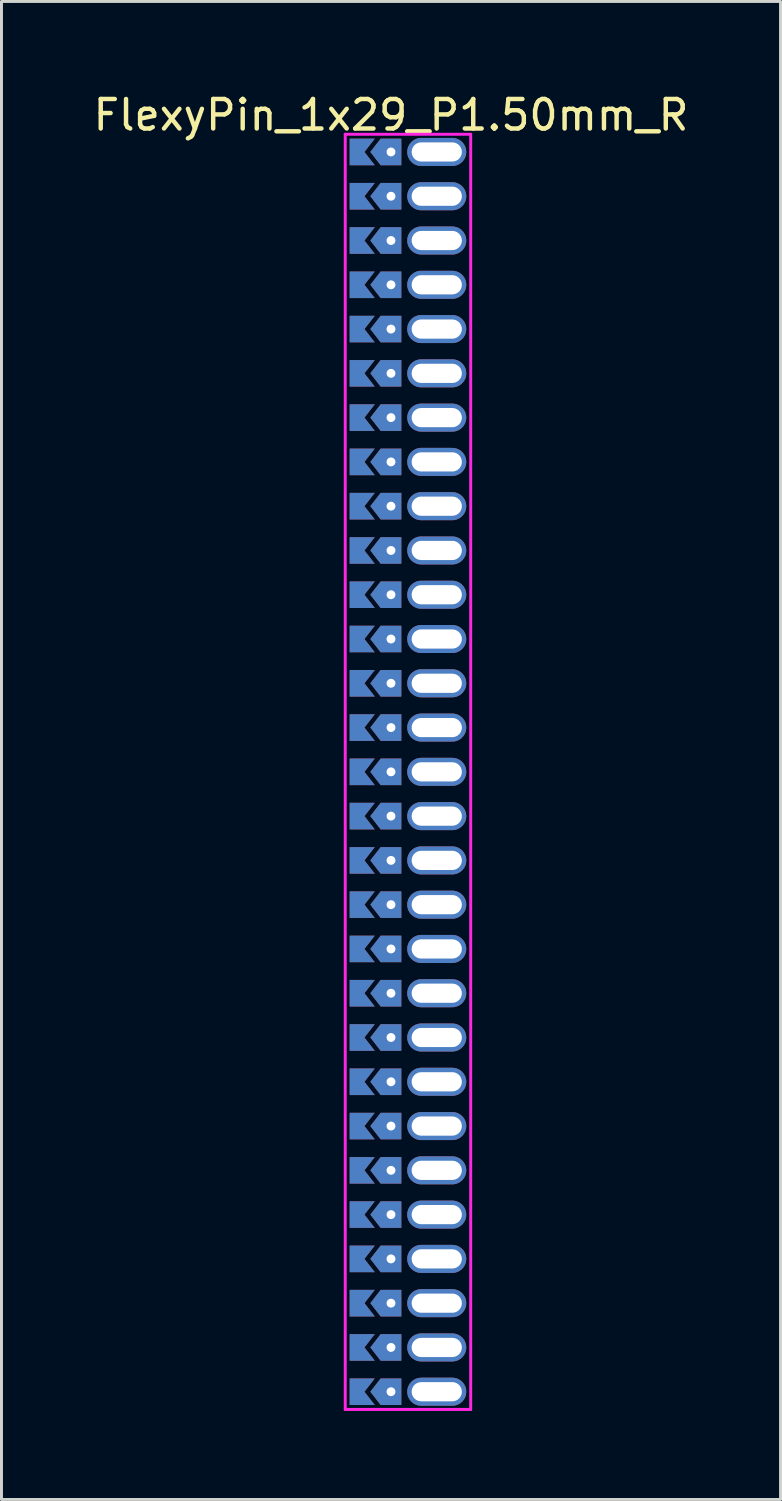
<source format=kicad_pcb>
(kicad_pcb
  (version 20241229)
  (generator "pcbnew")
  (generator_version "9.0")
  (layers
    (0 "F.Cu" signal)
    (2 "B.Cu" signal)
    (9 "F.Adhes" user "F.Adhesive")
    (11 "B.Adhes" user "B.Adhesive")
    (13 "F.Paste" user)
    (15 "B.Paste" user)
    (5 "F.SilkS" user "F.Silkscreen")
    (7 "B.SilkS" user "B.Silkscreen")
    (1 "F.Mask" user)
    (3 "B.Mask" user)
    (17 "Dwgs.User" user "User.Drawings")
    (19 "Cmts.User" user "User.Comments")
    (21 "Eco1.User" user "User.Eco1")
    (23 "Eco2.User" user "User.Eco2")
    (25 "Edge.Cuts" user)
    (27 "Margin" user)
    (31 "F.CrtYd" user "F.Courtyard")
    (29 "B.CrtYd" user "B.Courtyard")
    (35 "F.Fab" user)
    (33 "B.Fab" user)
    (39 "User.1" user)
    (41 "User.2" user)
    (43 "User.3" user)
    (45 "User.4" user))
  (footprint "FlexyPin_1x29_P1.50mm_R"
    (layer "F.Cu")
    (at 10.196 2.098)
    (property "Reference" "FlexyPin_1x29_P1.50mm_R" (at 0 -1.25 0) (layer "F.SilkS") (effects (font (size 1 1) (thickness 0.15))))
    (attr through_hole)
    (fp_line (start -1.55 -0.6) (end 2.7 -0.6) (stroke (width 0.1) (type solid)) (layer "F.CrtYd"))
    (fp_line (start -1.55 42.6) (end -1.55 -0.6) (stroke (width 0.1) (type solid)) (layer "F.CrtYd"))
    (fp_line (start 2.7 -0.6) (end 2.7 42.6) (stroke (width 0.1) (type solid)) (layer "F.CrtYd"))
    (fp_line (start 2.7 42.6) (end -1.55 42.6) (stroke (width 0.1) (type solid)) (layer "F.CrtYd"))
    (pad "" thru_hole custom (at 0 0) (size 0.3 0.3) (drill 0.6) (layers "*.Cu" "*.Mask") (options (anchor rect)) (primitives (gr_poly (pts (xy 0.35 0.45) (xy 0.35 -0.45) (xy -0.35 -0.45) (xy -0.7 0) (xy -0.35 0.45)) (width 0) (fill yes))))
    (pad "" thru_hole custom (at 0 1.5) (size 0.3 0.3) (drill 0.6) (layers "*.Cu" "*.Mask") (options (anchor rect)) (primitives (gr_poly (pts (xy 0.35 0.45) (xy 0.35 -0.45) (xy -0.35 -0.45) (xy -0.7 0) (xy -0.35 0.45)) (width 0) (fill yes))))
    (pad "" thru_hole custom (at 0 3) (size 0.3 0.3) (drill 0.6) (layers "*.Cu" "*.Mask") (options (anchor rect)) (primitives (gr_poly (pts (xy 0.35 0.45) (xy 0.35 -0.45) (xy -0.35 -0.45) (xy -0.7 0) (xy -0.35 0.45)) (width 0) (fill yes))))
    (pad "" thru_hole custom (at 0 4.5) (size 0.3 0.3) (drill 0.6) (layers "*.Cu" "*.Mask") (options (anchor rect)) (primitives (gr_poly (pts (xy 0.35 0.45) (xy 0.35 -0.45) (xy -0.35 -0.45) (xy -0.7 0) (xy -0.35 0.45)) (width 0) (fill yes))))
    (pad "" thru_hole custom (at 0 6) (size 0.3 0.3) (drill 0.6) (layers "*.Cu" "*.Mask") (options (anchor rect)) (primitives (gr_poly (pts (xy 0.35 0.45) (xy 0.35 -0.45) (xy -0.35 -0.45) (xy -0.7 0) (xy -0.35 0.45)) (width 0) (fill yes))))
    (pad "" thru_hole custom (at 0 7.5) (size 0.3 0.3) (drill 0.6) (layers "*.Cu" "*.Mask") (options (anchor rect)) (primitives (gr_poly (pts (xy 0.35 0.45) (xy 0.35 -0.45) (xy -0.35 -0.45) (xy -0.7 0) (xy -0.35 0.45)) (width 0) (fill yes))))
    (pad "" thru_hole custom (at 0 9) (size 0.3 0.3) (drill 0.6) (layers "*.Cu" "*.Mask") (options (anchor rect)) (primitives (gr_poly (pts (xy 0.35 0.45) (xy 0.35 -0.45) (xy -0.35 -0.45) (xy -0.7 0) (xy -0.35 0.45)) (width 0) (fill yes))))
    (pad "" thru_hole custom (at 0 10.5) (size 0.3 0.3) (drill 0.6) (layers "*.Cu" "*.Mask") (options (anchor rect)) (primitives (gr_poly (pts (xy 0.35 0.45) (xy 0.35 -0.45) (xy -0.35 -0.45) (xy -0.7 0) (xy -0.35 0.45)) (width 0) (fill yes))))
    (pad "" thru_hole custom (at 0 12) (size 0.3 0.3) (drill 0.6) (layers "*.Cu" "*.Mask") (options (anchor rect)) (primitives (gr_poly (pts (xy 0.35 0.45) (xy 0.35 -0.45) (xy -0.35 -0.45) (xy -0.7 0) (xy -0.35 0.45)) (width 0) (fill yes))))
    (pad "" thru_hole custom (at 0 13.5) (size 0.3 0.3) (drill 0.6) (layers "*.Cu" "*.Mask") (options (anchor rect)) (primitives (gr_poly (pts (xy 0.35 0.45) (xy 0.35 -0.45) (xy -0.35 -0.45) (xy -0.7 0) (xy -0.35 0.45)) (width 0) (fill yes))))
    (pad "" thru_hole custom (at 0 15) (size 0.3 0.3) (drill 0.6) (layers "*.Cu" "*.Mask") (options (anchor rect)) (primitives (gr_poly (pts (xy 0.35 0.45) (xy 0.35 -0.45) (xy -0.35 -0.45) (xy -0.7 0) (xy -0.35 0.45)) (width 0) (fill yes))))
    (pad "" thru_hole custom (at 0 16.5) (size 0.3 0.3) (drill 0.6) (layers "*.Cu" "*.Mask") (options (anchor rect)) (primitives (gr_poly (pts (xy 0.35 0.45) (xy 0.35 -0.45) (xy -0.35 -0.45) (xy -0.7 0) (xy -0.35 0.45)) (width 0) (fill yes))))
    (pad "" thru_hole custom (at 0 18) (size 0.3 0.3) (drill 0.6) (layers "*.Cu" "*.Mask") (options (anchor rect)) (primitives (gr_poly (pts (xy 0.35 0.45) (xy 0.35 -0.45) (xy -0.35 -0.45) (xy -0.7 0) (xy -0.35 0.45)) (width 0) (fill yes))))
    (pad "" thru_hole custom (at 0 19.5) (size 0.3 0.3) (drill 0.6) (layers "*.Cu" "*.Mask") (options (anchor rect)) (primitives (gr_poly (pts (xy 0.35 0.45) (xy 0.35 -0.45) (xy -0.35 -0.45) (xy -0.7 0) (xy -0.35 0.45)) (width 0) (fill yes))))
    (pad "" thru_hole custom (at 0 21) (size 0.3 0.3) (drill 0.6) (layers "*.Cu" "*.Mask") (options (anchor rect)) (primitives (gr_poly (pts (xy 0.35 0.45) (xy 0.35 -0.45) (xy -0.35 -0.45) (xy -0.7 0) (xy -0.35 0.45)) (width 0) (fill yes))))
    (pad "" thru_hole custom (at 0 22.5) (size 0.3 0.3) (drill 0.6) (layers "*.Cu" "*.Mask") (options (anchor rect)) (primitives (gr_poly (pts (xy 0.35 0.45) (xy 0.35 -0.45) (xy -0.35 -0.45) (xy -0.7 0) (xy -0.35 0.45)) (width 0) (fill yes))))
    (pad "" thru_hole custom (at 0 24) (size 0.3 0.3) (drill 0.6) (layers "*.Cu" "*.Mask") (options (anchor rect)) (primitives (gr_poly (pts (xy 0.35 0.45) (xy 0.35 -0.45) (xy -0.35 -0.45) (xy -0.7 0) (xy -0.35 0.45)) (width 0) (fill yes))))
    (pad "" thru_hole custom (at 0 25.5) (size 0.3 0.3) (drill 0.6) (layers "*.Cu" "*.Mask") (options (anchor rect)) (primitives (gr_poly (pts (xy 0.35 0.45) (xy 0.35 -0.45) (xy -0.35 -0.45) (xy -0.7 0) (xy -0.35 0.45)) (width 0) (fill yes))))
    (pad "" thru_hole custom (at 0 27) (size 0.3 0.3) (drill 0.6) (layers "*.Cu" "*.Mask") (options (anchor rect)) (primitives (gr_poly (pts (xy 0.35 0.45) (xy 0.35 -0.45) (xy -0.35 -0.45) (xy -0.7 0) (xy -0.35 0.45)) (width 0) (fill yes))))
    (pad "" thru_hole custom (at 0 28.5) (size 0.3 0.3) (drill 0.6) (layers "*.Cu" "*.Mask") (options (anchor rect)) (primitives (gr_poly (pts (xy 0.35 0.45) (xy 0.35 -0.45) (xy -0.35 -0.45) (xy -0.7 0) (xy -0.35 0.45)) (width 0) (fill yes))))
    (pad "" thru_hole custom (at 0 30) (size 0.3 0.3) (drill 0.6) (layers "*.Cu" "*.Mask") (options (anchor rect)) (primitives (gr_poly (pts (xy 0.35 0.45) (xy 0.35 -0.45) (xy -0.35 -0.45) (xy -0.7 0) (xy -0.35 0.45)) (width 0) (fill yes))))
    (pad "" thru_hole custom (at 0 31.5) (size 0.3 0.3) (drill 0.6) (layers "*.Cu" "*.Mask") (options (anchor rect)) (primitives (gr_poly (pts (xy 0.35 0.45) (xy 0.35 -0.45) (xy -0.35 -0.45) (xy -0.7 0) (xy -0.35 0.45)) (width 0) (fill yes))))
    (pad "" thru_hole custom (at 0 33) (size 0.3 0.3) (drill 0.6) (layers "*.Cu" "*.Mask") (options (anchor rect)) (primitives (gr_poly (pts (xy 0.35 0.45) (xy 0.35 -0.45) (xy -0.35 -0.45) (xy -0.7 0) (xy -0.35 0.45)) (width 0) (fill yes))))
    (pad "" thru_hole custom (at 0 34.5) (size 0.3 0.3) (drill 0.6) (layers "*.Cu" "*.Mask") (options (anchor rect)) (primitives (gr_poly (pts (xy 0.35 0.45) (xy 0.35 -0.45) (xy -0.35 -0.45) (xy -0.7 0) (xy -0.35 0.45)) (width 0) (fill yes))))
    (pad "" thru_hole custom (at 0 36) (size 0.3 0.3) (drill 0.6) (layers "*.Cu" "*.Mask") (options (anchor rect)) (primitives (gr_poly (pts (xy 0.35 0.45) (xy 0.35 -0.45) (xy -0.35 -0.45) (xy -0.7 0) (xy -0.35 0.45)) (width 0) (fill yes))))
    (pad "" thru_hole custom (at 0 37.5) (size 0.3 0.3) (drill 0.6) (layers "*.Cu" "*.Mask") (options (anchor rect)) (primitives (gr_poly (pts (xy 0.35 0.45) (xy 0.35 -0.45) (xy -0.35 -0.45) (xy -0.7 0) (xy -0.35 0.45)) (width 0) (fill yes))))
    (pad "" thru_hole custom (at 0 39) (size 0.3 0.3) (drill 0.6) (layers "*.Cu" "*.Mask") (options (anchor rect)) (primitives (gr_poly (pts (xy 0.35 0.45) (xy 0.35 -0.45) (xy -0.35 -0.45) (xy -0.7 0) (xy -0.35 0.45)) (width 0) (fill yes))))
    (pad "" thru_hole custom (at 0 40.5) (size 0.3 0.3) (drill 0.6) (layers "*.Cu" "*.Mask") (options (anchor rect)) (primitives (gr_poly (pts (xy 0.35 0.45) (xy 0.35 -0.45) (xy -0.35 -0.45) (xy -0.7 0) (xy -0.35 0.45)) (width 0) (fill yes))))
    (pad "" thru_hole custom (at 0 42) (size 0.3 0.3) (drill 0.6) (layers "*.Cu" "*.Mask") (options (anchor rect)) (primitives (gr_poly (pts (xy 0.35 0.45) (xy 0.35 -0.45) (xy -0.35 -0.45) (xy -0.7 0) (xy -0.35 0.45)) (width 0) (fill yes))))
    (pad "" thru_hole oval (at 1.55 0) (size 2 0.95) (drill oval 1.7 0.65) (layers "*.Cu" "*.Mask"))
    (pad "" thru_hole oval (at 1.55 1.5) (size 2 0.95) (drill oval 1.7 0.65) (layers "*.Cu" "*.Mask"))
    (pad "" thru_hole oval (at 1.55 3) (size 2 0.95) (drill oval 1.7 0.65) (layers "*.Cu" "*.Mask"))
    (pad "" thru_hole oval (at 1.55 4.5) (size 2 0.95) (drill oval 1.7 0.65) (layers "*.Cu" "*.Mask"))
    (pad "" thru_hole oval (at 1.55 6) (size 2 0.95) (drill oval 1.7 0.65) (layers "*.Cu" "*.Mask"))
    (pad "" thru_hole oval (at 1.55 7.5) (size 2 0.95) (drill oval 1.7 0.65) (layers "*.Cu" "*.Mask"))
    (pad "" thru_hole oval (at 1.55 9) (size 2 0.95) (drill oval 1.7 0.65) (layers "*.Cu" "*.Mask"))
    (pad "" thru_hole oval (at 1.55 10.5) (size 2 0.95) (drill oval 1.7 0.65) (layers "*.Cu" "*.Mask"))
    (pad "" thru_hole oval (at 1.55 12) (size 2 0.95) (drill oval 1.7 0.65) (layers "*.Cu" "*.Mask"))
    (pad "" thru_hole oval (at 1.55 13.5) (size 2 0.95) (drill oval 1.7 0.65) (layers "*.Cu" "*.Mask"))
    (pad "" thru_hole oval (at 1.55 15) (size 2 0.95) (drill oval 1.7 0.65) (layers "*.Cu" "*.Mask"))
    (pad "" thru_hole oval (at 1.55 16.5) (size 2 0.95) (drill oval 1.7 0.65) (layers "*.Cu" "*.Mask"))
    (pad "" thru_hole oval (at 1.55 18) (size 2 0.95) (drill oval 1.7 0.65) (layers "*.Cu" "*.Mask"))
    (pad "" thru_hole oval (at 1.55 19.5) (size 2 0.95) (drill oval 1.7 0.65) (layers "*.Cu" "*.Mask"))
    (pad "" thru_hole oval (at 1.55 21) (size 2 0.95) (drill oval 1.7 0.65) (layers "*.Cu" "*.Mask"))
    (pad "" thru_hole oval (at 1.55 22.5) (size 2 0.95) (drill oval 1.7 0.65) (layers "*.Cu" "*.Mask"))
    (pad "" thru_hole oval (at 1.55 24) (size 2 0.95) (drill oval 1.7 0.65) (layers "*.Cu" "*.Mask"))
    (pad "" thru_hole oval (at 1.55 25.5) (size 2 0.95) (drill oval 1.7 0.65) (layers "*.Cu" "*.Mask"))
    (pad "" thru_hole oval (at 1.55 27) (size 2 0.95) (drill oval 1.7 0.65) (layers "*.Cu" "*.Mask"))
    (pad "" thru_hole oval (at 1.55 28.5) (size 2 0.95) (drill oval 1.7 0.65) (layers "*.Cu" "*.Mask"))
    (pad "" thru_hole oval (at 1.55 30) (size 2 0.95) (drill oval 1.7 0.65) (layers "*.Cu" "*.Mask"))
    (pad "" thru_hole oval (at 1.55 31.5) (size 2 0.95) (drill oval 1.7 0.65) (layers "*.Cu" "*.Mask"))
    (pad "" thru_hole oval (at 1.55 33) (size 2 0.95) (drill oval 1.7 0.65) (layers "*.Cu" "*.Mask"))
    (pad "" thru_hole oval (at 1.55 34.5) (size 2 0.95) (drill oval 1.7 0.65) (layers "*.Cu" "*.Mask"))
    (pad "" thru_hole oval (at 1.55 36) (size 2 0.95) (drill oval 1.7 0.65) (layers "*.Cu" "*.Mask"))
    (pad "" thru_hole oval (at 1.55 37.5) (size 2 0.95) (drill oval 1.7 0.65) (layers "*.Cu" "*.Mask"))
    (pad "" thru_hole oval (at 1.55 39) (size 2 0.95) (drill oval 1.7 0.65) (layers "*.Cu" "*.Mask"))
    (pad "" thru_hole oval (at 1.55 40.5) (size 2 0.95) (drill oval 1.7 0.65) (layers "*.Cu" "*.Mask"))
    (pad "" thru_hole oval (at 1.55 42) (size 2 0.95) (drill oval 1.7 0.65) (layers "*.Cu" "*.Mask"))
    (pad "1" smd custom (at -0.9 0) (size 0.01 0.01) (layers "F.Cu" "F.Mask") (options (anchor rect)) (primitives (gr_poly (pts (xy 0 0) (xy 0.35 0.45) (xy -0.5 0.45) (xy -0.5 -0.45) (xy 0.35 -0.45)) (width 0) (fill yes))))
    (pad "1" smd custom (at -0.9 1.5) (size 0.01 0.01) (layers "F.Cu" "F.Mask") (options (anchor rect)) (primitives (gr_poly (pts (xy 0 0) (xy 0.35 0.45) (xy -0.5 0.45) (xy -0.5 -0.45) (xy 0.35 -0.45)) (width 0) (fill yes))))
    (pad "1" smd custom (at -0.9 3) (size 0.01 0.01) (layers "F.Cu" "F.Mask") (options (anchor rect)) (primitives (gr_poly (pts (xy 0 0) (xy 0.35 0.45) (xy -0.5 0.45) (xy -0.5 -0.45) (xy 0.35 -0.45)) (width 0) (fill yes))))
    (pad "1" smd custom (at -0.9 4.5) (size 0.01 0.01) (layers "F.Cu" "F.Mask") (options (anchor rect)) (primitives (gr_poly (pts (xy 0 0) (xy 0.35 0.45) (xy -0.5 0.45) (xy -0.5 -0.45) (xy 0.35 -0.45)) (width 0) (fill yes))))
    (pad "1" smd custom (at -0.9 6) (size 0.01 0.01) (layers "F.Cu" "F.Mask") (options (anchor rect)) (primitives (gr_poly (pts (xy 0 0) (xy 0.35 0.45) (xy -0.5 0.45) (xy -0.5 -0.45) (xy 0.35 -0.45)) (width 0) (fill yes))))
    (pad "1" smd custom (at -0.9 7.5) (size 0.01 0.01) (layers "F.Cu" "F.Mask") (options (anchor rect)) (primitives (gr_poly (pts (xy 0 0) (xy 0.35 0.45) (xy -0.5 0.45) (xy -0.5 -0.45) (xy 0.35 -0.45)) (width 0) (fill yes))))
    (pad "1" smd custom (at -0.9 9) (size 0.01 0.01) (layers "F.Cu" "F.Mask") (options (anchor rect)) (primitives (gr_poly (pts (xy 0 0) (xy 0.35 0.45) (xy -0.5 0.45) (xy -0.5 -0.45) (xy 0.35 -0.45)) (width 0) (fill yes))))
    (pad "1" smd custom (at -0.9 10.5) (size 0.01 0.01) (layers "F.Cu" "F.Mask") (options (anchor rect)) (primitives (gr_poly (pts (xy 0 0) (xy 0.35 0.45) (xy -0.5 0.45) (xy -0.5 -0.45) (xy 0.35 -0.45)) (width 0) (fill yes))))
    (pad "1" smd custom (at -0.9 12) (size 0.01 0.01) (layers "F.Cu" "F.Mask") (options (anchor rect)) (primitives (gr_poly (pts (xy 0 0) (xy 0.35 0.45) (xy -0.5 0.45) (xy -0.5 -0.45) (xy 0.35 -0.45)) (width 0) (fill yes))))
    (pad "1" smd custom (at -0.9 13.5) (size 0.01 0.01) (layers "F.Cu" "F.Mask") (options (anchor rect)) (primitives (gr_poly (pts (xy 0 0) (xy 0.35 0.45) (xy -0.5 0.45) (xy -0.5 -0.45) (xy 0.35 -0.45)) (width 0) (fill yes))))
    (pad "1" smd custom (at -0.9 15) (size 0.01 0.01) (layers "F.Cu" "F.Mask") (options (anchor rect)) (primitives (gr_poly (pts (xy 0 0) (xy 0.35 0.45) (xy -0.5 0.45) (xy -0.5 -0.45) (xy 0.35 -0.45)) (width 0) (fill yes))))
    (pad "1" smd custom (at -0.9 16.5) (size 0.01 0.01) (layers "F.Cu" "F.Mask") (options (anchor rect)) (primitives (gr_poly (pts (xy 0 0) (xy 0.35 0.45) (xy -0.5 0.45) (xy -0.5 -0.45) (xy 0.35 -0.45)) (width 0) (fill yes))))
    (pad "1" smd custom (at -0.9 18) (size 0.01 0.01) (layers "F.Cu" "F.Mask") (options (anchor rect)) (primitives (gr_poly (pts (xy 0 0) (xy 0.35 0.45) (xy -0.5 0.45) (xy -0.5 -0.45) (xy 0.35 -0.45)) (width 0) (fill yes))))
    (pad "1" smd custom (at -0.9 19.5) (size 0.01 0.01) (layers "F.Cu" "F.Mask") (options (anchor rect)) (primitives (gr_poly (pts (xy 0 0) (xy 0.35 0.45) (xy -0.5 0.45) (xy -0.5 -0.45) (xy 0.35 -0.45)) (width 0) (fill yes))))
    (pad "1" smd custom (at -0.9 21) (size 0.01 0.01) (layers "F.Cu" "F.Mask") (options (anchor rect)) (primitives (gr_poly (pts (xy 0 0) (xy 0.35 0.45) (xy -0.5 0.45) (xy -0.5 -0.45) (xy 0.35 -0.45)) (width 0) (fill yes))))
    (pad "1" smd custom (at -0.9 22.5) (size 0.01 0.01) (layers "F.Cu" "F.Mask") (options (anchor rect)) (primitives (gr_poly (pts (xy 0 0) (xy 0.35 0.45) (xy -0.5 0.45) (xy -0.5 -0.45) (xy 0.35 -0.45)) (width 0) (fill yes))))
    (pad "1" smd custom (at -0.9 24) (size 0.01 0.01) (layers "F.Cu" "F.Mask") (options (anchor rect)) (primitives (gr_poly (pts (xy 0 0) (xy 0.35 0.45) (xy -0.5 0.45) (xy -0.5 -0.45) (xy 0.35 -0.45)) (width 0) (fill yes))))
    (pad "1" smd custom (at -0.9 25.5) (size 0.01 0.01) (layers "F.Cu" "F.Mask") (options (anchor rect)) (primitives (gr_poly (pts (xy 0 0) (xy 0.35 0.45) (xy -0.5 0.45) (xy -0.5 -0.45) (xy 0.35 -0.45)) (width 0) (fill yes))))
    (pad "1" smd custom (at -0.9 27) (size 0.01 0.01) (layers "F.Cu" "F.Mask") (options (anchor rect)) (primitives (gr_poly (pts (xy 0 0) (xy 0.35 0.45) (xy -0.5 0.45) (xy -0.5 -0.45) (xy 0.35 -0.45)) (width 0) (fill yes))))
    (pad "1" smd custom (at -0.9 28.5) (size 0.01 0.01) (layers "F.Cu" "F.Mask") (options (anchor rect)) (primitives (gr_poly (pts (xy 0 0) (xy 0.35 0.45) (xy -0.5 0.45) (xy -0.5 -0.45) (xy 0.35 -0.45)) (width 0) (fill yes))))
    (pad "1" smd custom (at -0.9 30) (size 0.01 0.01) (layers "F.Cu" "F.Mask") (options (anchor rect)) (primitives (gr_poly (pts (xy 0 0) (xy 0.35 0.45) (xy -0.5 0.45) (xy -0.5 -0.45) (xy 0.35 -0.45)) (width 0) (fill yes))))
    (pad "1" smd custom (at -0.9 31.5) (size 0.01 0.01) (layers "F.Cu" "F.Mask") (options (anchor rect)) (primitives (gr_poly (pts (xy 0 0) (xy 0.35 0.45) (xy -0.5 0.45) (xy -0.5 -0.45) (xy 0.35 -0.45)) (width 0) (fill yes))))
    (pad "1" smd custom (at -0.9 33) (size 0.01 0.01) (layers "F.Cu" "F.Mask") (options (anchor rect)) (primitives (gr_poly (pts (xy 0 0) (xy 0.35 0.45) (xy -0.5 0.45) (xy -0.5 -0.45) (xy 0.35 -0.45)) (width 0) (fill yes))))
    (pad "1" smd custom (at -0.9 34.5) (size 0.01 0.01) (layers "F.Cu" "F.Mask") (options (anchor rect)) (primitives (gr_poly (pts (xy 0 0) (xy 0.35 0.45) (xy -0.5 0.45) (xy -0.5 -0.45) (xy 0.35 -0.45)) (width 0) (fill yes))))
    (pad "1" smd custom (at -0.9 36) (size 0.01 0.01) (layers "F.Cu" "F.Mask") (options (anchor rect)) (primitives (gr_poly (pts (xy 0 0) (xy 0.35 0.45) (xy -0.5 0.45) (xy -0.5 -0.45) (xy 0.35 -0.45)) (width 0) (fill yes))))
    (pad "1" smd custom (at -0.9 37.5) (size 0.01 0.01) (layers "F.Cu" "F.Mask") (options (anchor rect)) (primitives (gr_poly (pts (xy 0 0) (xy 0.35 0.45) (xy -0.5 0.45) (xy -0.5 -0.45) (xy 0.35 -0.45)) (width 0) (fill yes))))
    (pad "1" smd custom (at -0.9 39) (size 0.01 0.01) (layers "F.Cu" "F.Mask") (options (anchor rect)) (primitives (gr_poly (pts (xy 0 0) (xy 0.35 0.45) (xy -0.5 0.45) (xy -0.5 -0.45) (xy 0.35 -0.45)) (width 0) (fill yes))))
    (pad "1" smd custom (at -0.9 40.5) (size 0.01 0.01) (layers "F.Cu" "F.Mask") (options (anchor rect)) (primitives (gr_poly (pts (xy 0 0) (xy 0.35 0.45) (xy -0.5 0.45) (xy -0.5 -0.45) (xy 0.35 -0.45)) (width 0) (fill yes))))
    (pad "1" smd custom (at -0.9 42) (size 0.01 0.01) (layers "F.Cu" "F.Mask") (options (anchor rect)) (primitives (gr_poly (pts (xy 0 0) (xy 0.35 0.45) (xy -0.5 0.45) (xy -0.5 -0.45) (xy 0.35 -0.45)) (width 0) (fill yes))))
    (pad "2" smd custom (at -0.9 0) (size 0.01 0.01) (layers "B.Cu" "B.Mask") (options (anchor rect)) (primitives (gr_poly (pts (xy 0 0) (xy 0.35 0.45) (xy -0.5 0.45) (xy -0.5 -0.45) (xy 0.35 -0.45)) (width 0) (fill yes))))
    (pad "2" smd custom (at -0.9 1.5) (size 0.01 0.01) (layers "B.Cu" "B.Mask") (options (anchor rect)) (primitives (gr_poly (pts (xy 0 0) (xy 0.35 0.45) (xy -0.5 0.45) (xy -0.5 -0.45) (xy 0.35 -0.45)) (width 0) (fill yes))))
    (pad "2" smd custom (at -0.9 3) (size 0.01 0.01) (layers "B.Cu" "B.Mask") (options (anchor rect)) (primitives (gr_poly (pts (xy 0 0) (xy 0.35 0.45) (xy -0.5 0.45) (xy -0.5 -0.45) (xy 0.35 -0.45)) (width 0) (fill yes))))
    (pad "2" smd custom (at -0.9 4.5) (size 0.01 0.01) (layers "B.Cu" "B.Mask") (options (anchor rect)) (primitives (gr_poly (pts (xy 0 0) (xy 0.35 0.45) (xy -0.5 0.45) (xy -0.5 -0.45) (xy 0.35 -0.45)) (width 0) (fill yes))))
    (pad "2" smd custom (at -0.9 6) (size 0.01 0.01) (layers "B.Cu" "B.Mask") (options (anchor rect)) (primitives (gr_poly (pts (xy 0 0) (xy 0.35 0.45) (xy -0.5 0.45) (xy -0.5 -0.45) (xy 0.35 -0.45)) (width 0) (fill yes))))
    (pad "2" smd custom (at -0.9 7.5) (size 0.01 0.01) (layers "B.Cu" "B.Mask") (options (anchor rect)) (primitives (gr_poly (pts (xy 0 0) (xy 0.35 0.45) (xy -0.5 0.45) (xy -0.5 -0.45) (xy 0.35 -0.45)) (width 0) (fill yes))))
    (pad "2" smd custom (at -0.9 9) (size 0.01 0.01) (layers "B.Cu" "B.Mask") (options (anchor rect)) (primitives (gr_poly (pts (xy 0 0) (xy 0.35 0.45) (xy -0.5 0.45) (xy -0.5 -0.45) (xy 0.35 -0.45)) (width 0) (fill yes))))
    (pad "2" smd custom (at -0.9 10.5) (size 0.01 0.01) (layers "B.Cu" "B.Mask") (options (anchor rect)) (primitives (gr_poly (pts (xy 0 0) (xy 0.35 0.45) (xy -0.5 0.45) (xy -0.5 -0.45) (xy 0.35 -0.45)) (width 0) (fill yes))))
    (pad "2" smd custom (at -0.9 12) (size 0.01 0.01) (layers "B.Cu" "B.Mask") (options (anchor rect)) (primitives (gr_poly (pts (xy 0 0) (xy 0.35 0.45) (xy -0.5 0.45) (xy -0.5 -0.45) (xy 0.35 -0.45)) (width 0) (fill yes))))
    (pad "2" smd custom (at -0.9 13.5) (size 0.01 0.01) (layers "B.Cu" "B.Mask") (options (anchor rect)) (primitives (gr_poly (pts (xy 0 0) (xy 0.35 0.45) (xy -0.5 0.45) (xy -0.5 -0.45) (xy 0.35 -0.45)) (width 0) (fill yes))))
    (pad "2" smd custom (at -0.9 15) (size 0.01 0.01) (layers "B.Cu" "B.Mask") (options (anchor rect)) (primitives (gr_poly (pts (xy 0 0) (xy 0.35 0.45) (xy -0.5 0.45) (xy -0.5 -0.45) (xy 0.35 -0.45)) (width 0) (fill yes))))
    (pad "2" smd custom (at -0.9 16.5) (size 0.01 0.01) (layers "B.Cu" "B.Mask") (options (anchor rect)) (primitives (gr_poly (pts (xy 0 0) (xy 0.35 0.45) (xy -0.5 0.45) (xy -0.5 -0.45) (xy 0.35 -0.45)) (width 0) (fill yes))))
    (pad "2" smd custom (at -0.9 18) (size 0.01 0.01) (layers "B.Cu" "B.Mask") (options (anchor rect)) (primitives (gr_poly (pts (xy 0 0) (xy 0.35 0.45) (xy -0.5 0.45) (xy -0.5 -0.45) (xy 0.35 -0.45)) (width 0) (fill yes))))
    (pad "2" smd custom (at -0.9 19.5) (size 0.01 0.01) (layers "B.Cu" "B.Mask") (options (anchor rect)) (primitives (gr_poly (pts (xy 0 0) (xy 0.35 0.45) (xy -0.5 0.45) (xy -0.5 -0.45) (xy 0.35 -0.45)) (width 0) (fill yes))))
    (pad "2" smd custom (at -0.9 21) (size 0.01 0.01) (layers "B.Cu" "B.Mask") (options (anchor rect)) (primitives (gr_poly (pts (xy 0 0) (xy 0.35 0.45) (xy -0.5 0.45) (xy -0.5 -0.45) (xy 0.35 -0.45)) (width 0) (fill yes))))
    (pad "2" smd custom (at -0.9 22.5) (size 0.01 0.01) (layers "B.Cu" "B.Mask") (options (anchor rect)) (primitives (gr_poly (pts (xy 0 0) (xy 0.35 0.45) (xy -0.5 0.45) (xy -0.5 -0.45) (xy 0.35 -0.45)) (width 0) (fill yes))))
    (pad "2" smd custom (at -0.9 24) (size 0.01 0.01) (layers "B.Cu" "B.Mask") (options (anchor rect)) (primitives (gr_poly (pts (xy 0 0) (xy 0.35 0.45) (xy -0.5 0.45) (xy -0.5 -0.45) (xy 0.35 -0.45)) (width 0) (fill yes))))
    (pad "2" smd custom (at -0.9 25.5) (size 0.01 0.01) (layers "B.Cu" "B.Mask") (options (anchor rect)) (primitives (gr_poly (pts (xy 0 0) (xy 0.35 0.45) (xy -0.5 0.45) (xy -0.5 -0.45) (xy 0.35 -0.45)) (width 0) (fill yes))))
    (pad "2" smd custom (at -0.9 27) (size 0.01 0.01) (layers "B.Cu" "B.Mask") (options (anchor rect)) (primitives (gr_poly (pts (xy 0 0) (xy 0.35 0.45) (xy -0.5 0.45) (xy -0.5 -0.45) (xy 0.35 -0.45)) (width 0) (fill yes))))
    (pad "2" smd custom (at -0.9 28.5) (size 0.01 0.01) (layers "B.Cu" "B.Mask") (options (anchor rect)) (primitives (gr_poly (pts (xy 0 0) (xy 0.35 0.45) (xy -0.5 0.45) (xy -0.5 -0.45) (xy 0.35 -0.45)) (width 0) (fill yes))))
    (pad "2" smd custom (at -0.9 30) (size 0.01 0.01) (layers "B.Cu" "B.Mask") (options (anchor rect)) (primitives (gr_poly (pts (xy 0 0) (xy 0.35 0.45) (xy -0.5 0.45) (xy -0.5 -0.45) (xy 0.35 -0.45)) (width 0) (fill yes))))
    (pad "2" smd custom (at -0.9 31.5) (size 0.01 0.01) (layers "B.Cu" "B.Mask") (options (anchor rect)) (primitives (gr_poly (pts (xy 0 0) (xy 0.35 0.45) (xy -0.5 0.45) (xy -0.5 -0.45) (xy 0.35 -0.45)) (width 0) (fill yes))))
    (pad "2" smd custom (at -0.9 33) (size 0.01 0.01) (layers "B.Cu" "B.Mask") (options (anchor rect)) (primitives (gr_poly (pts (xy 0 0) (xy 0.35 0.45) (xy -0.5 0.45) (xy -0.5 -0.45) (xy 0.35 -0.45)) (width 0) (fill yes))))
    (pad "2" smd custom (at -0.9 34.5) (size 0.01 0.01) (layers "B.Cu" "B.Mask") (options (anchor rect)) (primitives (gr_poly (pts (xy 0 0) (xy 0.35 0.45) (xy -0.5 0.45) (xy -0.5 -0.45) (xy 0.35 -0.45)) (width 0) (fill yes))))
    (pad "2" smd custom (at -0.9 36) (size 0.01 0.01) (layers "B.Cu" "B.Mask") (options (anchor rect)) (primitives (gr_poly (pts (xy 0 0) (xy 0.35 0.45) (xy -0.5 0.45) (xy -0.5 -0.45) (xy 0.35 -0.45)) (width 0) (fill yes))))
    (pad "2" smd custom (at -0.9 37.5) (size 0.01 0.01) (layers "B.Cu" "B.Mask") (options (anchor rect)) (primitives (gr_poly (pts (xy 0 0) (xy 0.35 0.45) (xy -0.5 0.45) (xy -0.5 -0.45) (xy 0.35 -0.45)) (width 0) (fill yes))))
    (pad "2" smd custom (at -0.9 39) (size 0.01 0.01) (layers "B.Cu" "B.Mask") (options (anchor rect)) (primitives (gr_poly (pts (xy 0 0) (xy 0.35 0.45) (xy -0.5 0.45) (xy -0.5 -0.45) (xy 0.35 -0.45)) (width 0) (fill yes))))
    (pad "2" smd custom (at -0.9 40.5) (size 0.01 0.01) (layers "B.Cu" "B.Mask") (options (anchor rect)) (primitives (gr_poly (pts (xy 0 0) (xy 0.35 0.45) (xy -0.5 0.45) (xy -0.5 -0.45) (xy 0.35 -0.45)) (width 0) (fill yes))))
    (pad "2" smd custom (at -0.9 42) (size 0.01 0.01) (layers "B.Cu" "B.Mask") (options (anchor rect)) (primitives (gr_poly (pts (xy 0 0) (xy 0.35 0.45) (xy -0.5 0.45) (xy -0.5 -0.45) (xy 0.35 -0.45)) (width 0) (fill yes)))))
  (gr_rect
    (start -3 -3)
    (end 23.393 47.748)
    (stroke (width 0.1) (type default))
    (fill no)
    (layer "Edge.Cuts")))
</source>
